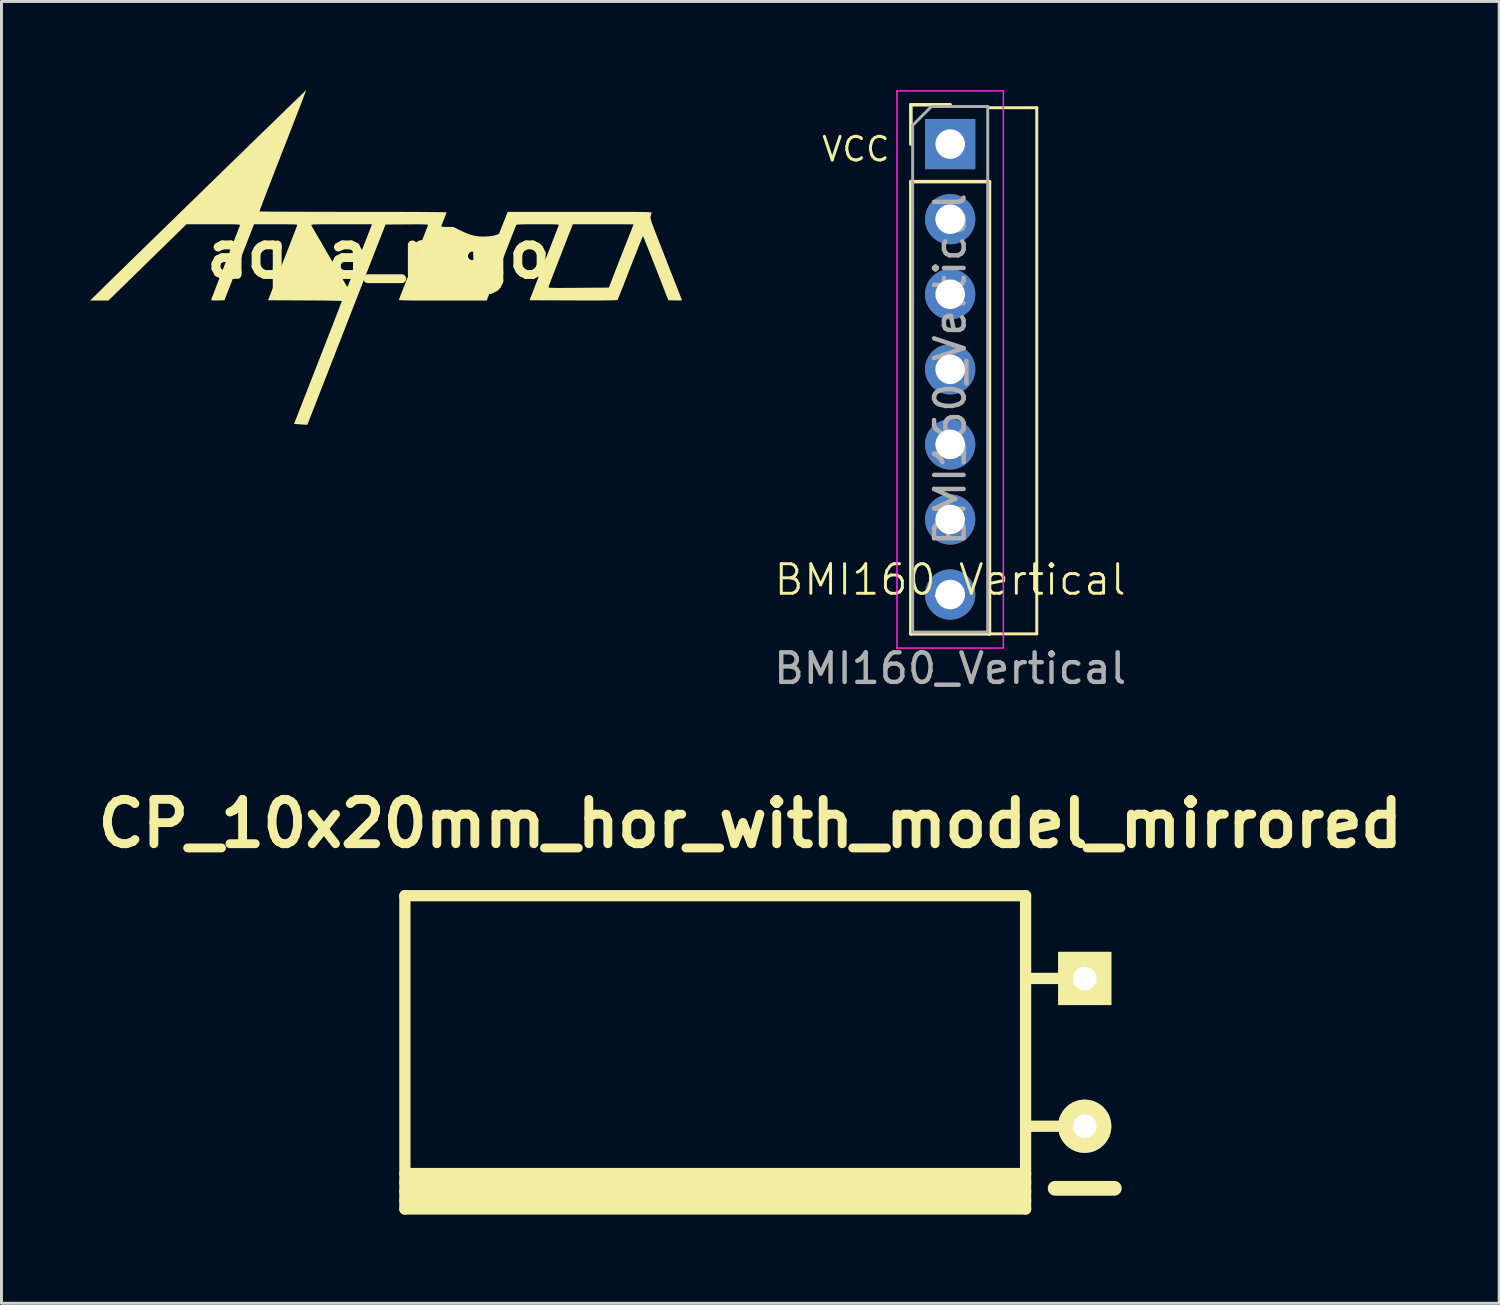
<source format=kicad_pcb>
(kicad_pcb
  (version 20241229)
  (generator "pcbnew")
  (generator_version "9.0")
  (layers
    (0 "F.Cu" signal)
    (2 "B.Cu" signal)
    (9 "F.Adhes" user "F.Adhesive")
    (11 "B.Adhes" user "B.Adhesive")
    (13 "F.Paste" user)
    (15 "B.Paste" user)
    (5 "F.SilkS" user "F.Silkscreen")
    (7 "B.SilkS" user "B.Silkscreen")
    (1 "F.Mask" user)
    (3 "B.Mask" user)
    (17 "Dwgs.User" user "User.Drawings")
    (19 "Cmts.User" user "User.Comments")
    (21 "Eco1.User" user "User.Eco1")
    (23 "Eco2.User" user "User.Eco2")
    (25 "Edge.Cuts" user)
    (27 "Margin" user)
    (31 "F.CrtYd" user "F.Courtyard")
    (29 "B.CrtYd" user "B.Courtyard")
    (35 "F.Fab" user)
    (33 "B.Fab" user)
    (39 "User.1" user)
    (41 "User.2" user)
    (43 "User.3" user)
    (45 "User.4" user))
  (footprint "BMI160_Vertical"
    (layer "F.Cu")
    (at 29.097 17.065)
    (property "Reference" "BMI160_Vertical" (at 0 -0.5 0) (unlocked yes) (layer "F.SilkS") (effects (font (size 1 1) (thickness 0.1))))
    (attr through_hole)
    (fp_line (start -1.33 -16.57) (end 0 -16.57) (stroke (width 0.12) (type solid)) (layer "F.SilkS"))
    (fp_line (start -1.33 -15.24) (end -1.33 -16.57) (stroke (width 0.12) (type solid)) (layer "F.SilkS"))
    (fp_line (start -1.33 -13.97) (end -1.33 1.33) (stroke (width 0.12) (type solid)) (layer "F.SilkS"))
    (fp_line (start -1.33 -13.97) (end 1.33 -13.97) (stroke (width 0.12) (type solid)) (layer "F.SilkS"))
    (fp_line (start -1.33 1.33) (end 1.33 1.33) (stroke (width 0.12) (type solid)) (layer "F.SilkS"))
    (fp_line (start 1.33 -16.47) (end 2.93 -16.47) (stroke (width 0.1) (type default)) (layer "F.SilkS"))
    (fp_line (start 1.33 -13.97) (end 1.33 1.33) (stroke (width 0.12) (type solid)) (layer "F.SilkS"))
    (fp_line (start 1.33 1.33) (end 2.93 1.33) (stroke (width 0.1) (type default)) (layer "F.SilkS"))
    (fp_line (start 2.93 -16.47) (end 2.93 1.33) (stroke (width 0.1) (type default)) (layer "F.SilkS"))
    (fp_line (start -1.8 -17.04) (end -1.8 1.81) (stroke (width 0.05) (type solid)) (layer "F.CrtYd"))
    (fp_line (start -1.8 1.81) (end 1.8 1.81) (stroke (width 0.05) (type solid)) (layer "F.CrtYd"))
    (fp_line (start 1.8 -17.04) (end -1.8 -17.04) (stroke (width 0.05) (type solid)) (layer "F.CrtYd"))
    (fp_line (start 1.8 1.81) (end 1.8 -17.04) (stroke (width 0.05) (type solid)) (layer "F.CrtYd"))
    (fp_line (start -1.27 -15.875) (end -0.635 -16.51) (stroke (width 0.1) (type solid)) (layer "F.Fab"))
    (fp_line (start -1.27 1.27) (end -1.27 -15.875) (stroke (width 0.1) (type solid)) (layer "F.Fab"))
    (fp_line (start -0.635 -16.51) (end 1.27 -16.51) (stroke (width 0.1) (type solid)) (layer "F.Fab"))
    (fp_line (start 1.27 -16.51) (end 1.27 1.27) (stroke (width 0.1) (type solid)) (layer "F.Fab"))
    (fp_line (start 1.27 1.27) (end -1.27 1.27) (stroke (width 0.1) (type solid)) (layer "F.Fab"))
    (fp_text user "VCC" (at -4.4 -14.6 0) (unlocked yes) (layer "F.SilkS") (effects (font (size 0.8 0.8) (thickness 0.1)) (justify left bottom)))
    (fp_text user "${REFERENCE}" (at 0 -7.62 90) (layer "F.Fab") (effects (font (size 1 1) (thickness 0.15))))
    (fp_text user "${REFERENCE}" (at 0 2.5 0) (unlocked yes) (layer "F.Fab") (effects (font (size 1 1) (thickness 0.15))))
    (pad "1" thru_hole rect (at 0 -15.24) (size 1.7 1.7) (drill 1) (layers "*.Cu" "*.Mask"))
    (pad "2" thru_hole oval (at 0 -12.7) (size 1.7 1.7) (drill 1) (layers "*.Cu" "*.Mask"))
    (pad "3" thru_hole oval (at 0 -10.16) (size 1.7 1.7) (drill 1) (layers "*.Cu" "*.Mask"))
    (pad "4" thru_hole oval (at 0 -7.62) (size 1.7 1.7) (drill 1) (layers "*.Cu" "*.Mask"))
    (pad "5" thru_hole oval (at 0 -5.08) (size 1.7 1.7) (drill 1) (layers "*.Cu" "*.Mask"))
    (pad "6" thru_hole oval (at 0 -2.54) (size 1.7 1.7) (drill 1) (layers "*.Cu" "*.Mask"))
    (pad "7" thru_hole oval (at 0 0) (size 1.7 1.7) (drill 1) (layers "*.Cu" "*.Mask")))
  (footprint "CP_10x20mm_hor_with_model_mirrored"
    (layer "F.Cu")
    (at 32.336 31.817)
    (property "Reference" "CP_10x20mm_hor_with_model_mirrored" (at -10 -7 180) (layer "F.SilkS") (effects (font (size 1.5 1.5) (thickness 0.3))))
    (attr through_hole)
    (fp_line (start -21.687 -4.563) (end -0.687 -4.563) (stroke (width 0.381) (type solid)) (layer "F.SilkS"))
    (fp_line (start -21.687 6.037) (end -21.687 -4.563) (stroke (width 0.381) (type solid)) (layer "F.SilkS"))
    (fp_line (start -21.687 6.037) (end -0.687 6.037) (stroke (width 0.381) (type solid)) (layer "F.SilkS"))
    (fp_line (start -0.687 -4.563) (end -0.687 6.037) (stroke (width 0.381) (type solid)) (layer "F.SilkS"))
    (fp_line (start -0.687 4.837) (end -21.687 4.837) (stroke (width 0.381) (type solid)) (layer "F.SilkS"))
    (fp_line (start -0.687 5.137) (end -21.687 5.137) (stroke (width 0.381) (type solid)) (layer "F.SilkS"))
    (fp_line (start -0.687 5.437) (end -21.687 5.437) (stroke (width 0.381) (type solid)) (layer "F.SilkS"))
    (fp_line (start -0.687 5.737) (end -21.687 5.737) (stroke (width 0.381) (type solid)) (layer "F.SilkS"))
    (fp_line (start 1.313 -1.763) (end -0.687 -1.763) (stroke (width 0.381) (type solid)) (layer "F.SilkS"))
    (fp_line (start 1.313 3.237) (end -0.687 3.237) (stroke (width 0.381) (type solid)) (layer "F.SilkS"))
    (fp_line (start 2.313 5.337) (end 0.313 5.337) (stroke (width 0.5) (type solid)) (layer "F.SilkS"))
    (pad "1" thru_hole rect (at 1.313 -1.763 180) (size 1.8 1.8) (drill 0.8) (layers "*.Cu" "*.Mask" "F.SilkS"))
    (pad "2" thru_hole circle (at 1.313 3.237 180) (size 1.8 1.8) (drill 0.8) (layers "*.Cu" "*.Mask" "F.SilkS")))
  (footprint "aqua_rogo"
    (layer "F.Cu")
    (at 9.757 5.558)
    (property "Reference" "aqua_rogo" (at 0 0 0) (layer "F.SilkS") (effects (font (size 1.5 1.5) (thickness 0.3))))
    (attr board_only exclude_from_pos_files exclude_from_bom)
    (fp_poly (pts (xy -2.455 -5.539) (xy -2.475 -5.485) (xy -2.508 -5.398) (xy -2.552 -5.281) (xy -2.607 -5.137) (xy -2.673 -4.967) (xy -2.747 -4.775) (xy -2.829 -4.562) (xy -2.919 -4.33) (xy -3.015 -4.084) (xy -3.117 -3.823) (xy -3.223 -3.552) (xy -3.239 -3.511) (xy -3.345 -3.238) (xy -3.448 -2.976) (xy -3.545 -2.726) (xy -3.635 -2.492) (xy -3.719 -2.276) (xy -3.795 -2.079) (xy -3.861 -1.905) (xy -3.918 -1.756) (xy -3.964 -1.635) (xy -3.999 -1.542) (xy -4.02 -1.482) (xy -4.029 -1.457) (xy -4.029 -1.456) (xy -4.008 -1.454) (xy -3.95 -1.453) (xy -3.855 -1.451) (xy -3.728 -1.45) (xy -3.568 -1.448) (xy -3.38 -1.447) (xy -3.164 -1.446) (xy -2.923 -1.445) (xy -2.659 -1.444) (xy -2.375 -1.443) (xy -2.072 -1.442) (xy -1.752 -1.442) (xy -1.418 -1.441) (xy -1.072 -1.441) (xy -0.859 -1.441) (xy -0.507 -1.441) (xy -0.166 -1.441) (xy 0.163 -1.44) (xy 0.475 -1.44) (xy 0.771 -1.439) (xy 1.047 -1.438) (xy 1.301 -1.437) (xy 1.532 -1.436) (xy 1.736 -1.434) (xy 1.913 -1.433) (xy 2.059 -1.431) (xy 2.173 -1.43) (xy 2.252 -1.428) (xy 2.295 -1.426) (xy 2.302 -1.425) (xy 2.295 -1.401) (xy 2.275 -1.348) (xy 2.247 -1.274) (xy 2.212 -1.186) (xy 2.212 -1.185) (xy 2.177 -1.097) (xy 2.148 -1.023) (xy 2.129 -0.97) (xy 2.122 -0.946) (xy 2.122 -0.946) (xy 2.14 -0.94) (xy 2.191 -0.934) (xy 2.264 -0.931) (xy 2.327 -0.93) (xy 2.532 -0.929) (xy 2.782 -0.805) (xy 2.959 -0.724) (xy 3.115 -0.665) (xy 3.261 -0.628) (xy 3.408 -0.608) (xy 3.567 -0.604) (xy 3.623 -0.606) (xy 3.782 -0.618) (xy 3.904 -0.638) (xy 3.963 -0.655) (xy 4.073 -0.694) (xy 4.222 -1.067) (xy 4.37 -1.441) (xy 6.811 -1.441) (xy 7.174 -1.441) (xy 7.5 -1.441) (xy 7.79 -1.441) (xy 8.046 -1.441) (xy 8.27 -1.44) (xy 8.465 -1.439) (xy 8.632 -1.439) (xy 8.773 -1.438) (xy 8.891 -1.436) (xy 8.988 -1.435) (xy 9.065 -1.433) (xy 9.125 -1.43) (xy 9.17 -1.427) (xy 9.201 -1.424) (xy 9.222 -1.421) (xy 9.234 -1.417) (xy 9.238 -1.412) (xy 9.238 -1.407) (xy 9.238 -1.406) (xy 9.225 -1.364) (xy 9.208 -1.305) (xy 9.204 -1.291) (xy 9.201 -1.275) (xy 9.2 -1.256) (xy 9.202 -1.233) (xy 9.208 -1.202) (xy 9.219 -1.162) (xy 9.235 -1.108) (xy 9.259 -1.04) (xy 9.291 -0.953) (xy 9.331 -0.845) (xy 9.381 -0.715) (xy 9.441 -0.558) (xy 9.514 -0.372) (xy 9.599 -0.155) (xy 9.697 0.096) (xy 9.718 0.15) (xy 9.805 0.372) (xy 9.888 0.584) (xy 9.966 0.782) (xy 10.037 0.964) (xy 10.101 1.126) (xy 10.156 1.265) (xy 10.2 1.379) (xy 10.234 1.464) (xy 10.255 1.518) (xy 10.262 1.537) (xy 10.259 1.548) (xy 10.234 1.555) (xy 10.182 1.558) (xy 10.098 1.558) (xy 10.038 1.557) (xy 9.804 1.551) (xy 9.381 0.465) (xy 9.303 0.268) (xy 9.23 0.082) (xy 9.163 -0.089) (xy 9.102 -0.242) (xy 9.049 -0.373) (xy 9.006 -0.48) (xy 8.974 -0.559) (xy 8.953 -0.607) (xy 8.946 -0.62) (xy 8.937 -0.602) (xy 8.915 -0.55) (xy 8.881 -0.467) (xy 8.836 -0.357) (xy 8.783 -0.223) (xy 8.721 -0.068) (xy 8.653 0.105) (xy 8.579 0.292) (xy 8.518 0.448) (xy 8.442 0.645) (xy 8.369 0.831) (xy 8.302 1.002) (xy 8.241 1.156) (xy 8.189 1.288) (xy 8.146 1.396) (xy 8.114 1.476) (xy 8.094 1.525) (xy 8.088 1.539) (xy 8.072 1.544) (xy 8.029 1.548) (xy 7.958 1.551) (xy 7.857 1.553) (xy 7.725 1.555) (xy 7.561 1.557) (xy 7.362 1.557) (xy 7.127 1.558) (xy 6.855 1.557) (xy 6.591 1.556) (xy 5.108 1.551) (xy 5.281 1.107) (xy 5.75 1.107) (xy 5.754 1.114) (xy 5.766 1.12) (xy 5.789 1.125) (xy 5.826 1.128) (xy 5.882 1.13) (xy 5.958 1.132) (xy 6.058 1.133) (xy 6.185 1.133) (xy 6.343 1.132) (xy 6.534 1.131) (xy 6.762 1.129) (xy 6.768 1.129) (xy 7.795 1.122) (xy 7.834 1.016) (xy 7.855 0.959) (xy 7.89 0.868) (xy 7.937 0.746) (xy 7.994 0.598) (xy 8.061 0.427) (xy 8.136 0.236) (xy 8.217 0.029) (xy 8.303 -0.19) (xy 8.394 -0.419) (xy 8.425 -0.5) (xy 8.478 -0.634) (xy 8.526 -0.755) (xy 8.566 -0.858) (xy 8.598 -0.94) (xy 8.619 -0.993) (xy 8.627 -1.015) (xy 8.627 -1.016) (xy 8.607 -1.017) (xy 8.552 -1.018) (xy 8.463 -1.018) (xy 8.346 -1.019) (xy 8.204 -1.02) (xy 8.041 -1.02) (xy 7.86 -1.021) (xy 7.665 -1.021) (xy 7.6 -1.021) (xy 6.573 -1.021) (xy 6.167 0.02) (xy 6.091 0.215) (xy 6.019 0.399) (xy 5.953 0.569) (xy 5.894 0.722) (xy 5.844 0.853) (xy 5.803 0.96) (xy 5.773 1.039) (xy 5.755 1.087) (xy 5.751 1.099) (xy 5.75 1.107) (xy 5.281 1.107) (xy 5.596 0.3) (xy 5.68 0.087) (xy 5.759 -0.116) (xy 5.833 -0.305) (xy 5.9 -0.478) (xy 5.959 -0.631) (xy 6.009 -0.76) (xy 6.049 -0.863) (xy 6.078 -0.937) (xy 6.093 -0.978) (xy 6.096 -0.986) (xy 6.097 -0.995) (xy 6.091 -1.002) (xy 6.074 -1.008) (xy 6.042 -1.013) (xy 5.992 -1.016) (xy 5.92 -1.018) (xy 5.822 -1.02) (xy 5.694 -1.02) (xy 5.532 -1.021) (xy 5.388 -1.021) (xy 5.189 -1.02) (xy 5.028 -1.02) (xy 4.9 -1.018) (xy 4.803 -1.015) (xy 4.733 -1.011) (xy 4.688 -1.007) (xy 4.664 -1.001) (xy 4.658 -0.996) (xy 4.645 -0.963) (xy 4.619 -0.898) (xy 4.582 -0.803) (xy 4.535 -0.682) (xy 4.479 -0.541) (xy 4.417 -0.382) (xy 4.35 -0.21) (xy 4.279 -0.028) (xy 4.206 0.159) (xy 4.132 0.348) (xy 4.059 0.534) (xy 3.989 0.713) (xy 3.923 0.883) (xy 3.863 1.038) (xy 3.809 1.174) (xy 3.765 1.289) (xy 3.73 1.377) (xy 3.708 1.435) (xy 3.7 1.456) (xy 3.66 1.561) (xy 2.168 1.561) (xy 1.878 1.561) (xy 1.626 1.561) (xy 1.41 1.56) (xy 1.227 1.559) (xy 1.074 1.558) (xy 0.951 1.556) (xy 0.854 1.553) (xy 0.782 1.551) (xy 0.731 1.547) (xy 0.7 1.543) (xy 0.687 1.539) (xy 0.686 1.536) (xy 0.695 1.515) (xy 0.716 1.46) (xy 0.749 1.375) (xy 0.793 1.264) (xy 0.845 1.131) (xy 0.904 0.98) (xy 0.969 0.813) (xy 1.026 0.668) (xy 2.442 0.668) (xy 2.45 0.718) (xy 2.481 0.737) (xy 2.521 0.736) (xy 2.559 0.724) (xy 2.575 0.688) (xy 2.578 0.668) (xy 2.576 0.62) (xy 2.554 0.598) (xy 2.546 0.596) (xy 2.491 0.597) (xy 2.453 0.628) (xy 2.442 0.668) (xy 1.026 0.668) (xy 1.039 0.635) (xy 1.111 0.451) (xy 1.185 0.262) (xy 1.257 0.078) (xy 3.024 0.078) (xy 3.054 0.138) (xy 3.075 0.159) (xy 3.146 0.195) (xy 3.215 0.191) (xy 3.264 0.163) (xy 3.301 0.114) (xy 3.311 0.052) (xy 3.298 -0.02) (xy 3.257 -0.067) (xy 3.189 -0.092) (xy 3.137 -0.094) (xy 3.094 -0.072) (xy 3.074 -0.053) (xy 3.031 0.012) (xy 3.024 0.078) (xy 1.257 0.078) (xy 1.258 0.074) (xy 1.33 -0.111) (xy 1.393 -0.272) (xy 2.222 -0.272) (xy 2.237 -0.216) (xy 2.282 -0.187) (xy 2.332 -0.184) (xy 2.37 -0.192) (xy 2.388 -0.212) (xy 2.392 -0.257) (xy 2.392 -0.27) (xy 2.389 -0.322) (xy 2.375 -0.347) (xy 2.342 -0.356) (xy 2.336 -0.357) (xy 2.272 -0.35) (xy 2.232 -0.315) (xy 2.222 -0.272) (xy 1.393 -0.272) (xy 1.399 -0.288) (xy 1.464 -0.453) (xy 1.523 -0.603) (xy 1.574 -0.735) (xy 1.617 -0.844) (xy 1.649 -0.926) (xy 1.669 -0.979) (xy 1.676 -0.996) (xy 1.671 -1.003) (xy 1.649 -1.008) (xy 1.606 -1.012) (xy 1.54 -1.015) (xy 1.446 -1.017) (xy 1.322 -1.018) (xy 1.164 -1.017) (xy 0.97 -1.016) (xy 0.961 -1.016) (xy 0.236 -1.011) (xy -1.086 2.377) (xy -2.409 5.765) (xy -2.48 5.761) (xy -2.536 5.758) (xy -2.616 5.752) (xy -2.701 5.746) (xy -2.705 5.746) (xy -2.859 5.735) (xy -2.05 3.663) (xy -1.943 3.388) (xy -1.839 3.124) (xy -1.741 2.872) (xy -1.649 2.635) (xy -1.564 2.417) (xy -1.487 2.218) (xy -1.419 2.041) (xy -1.36 1.889) (xy -1.312 1.765) (xy -1.276 1.67) (xy -1.252 1.607) (xy -1.241 1.578) (xy -1.241 1.576) (xy -1.26 1.574) (xy -1.317 1.571) (xy -1.406 1.568) (xy -1.525 1.566) (xy -1.671 1.563) (xy -1.839 1.561) (xy -2.028 1.559) (xy -2.233 1.558) (xy -2.45 1.557) (xy -2.49 1.556) (xy -3.739 1.551) (xy -3.251 0.3) (xy -3.167 0.087) (xy -3.088 -0.116) (xy -3.014 -0.305) (xy -2.947 -0.478) (xy -2.888 -0.631) (xy -2.838 -0.76) (xy -2.798 -0.863) (xy -2.769 -0.937) (xy -2.753 -0.978) (xy -2.751 -0.986) (xy -2.75 -0.991) (xy -2.274 -0.991) (xy -2.273 -0.986) (xy -2.261 -0.963) (xy -2.23 -0.908) (xy -2.183 -0.826) (xy -2.121 -0.718) (xy -2.046 -0.589) (xy -1.961 -0.442) (xy -1.867 -0.28) (xy -1.765 -0.106) (xy -1.698 0.009) (xy -1.568 0.231) (xy -1.458 0.42) (xy -1.364 0.58) (xy -1.286 0.713) (xy -1.223 0.821) (xy -1.172 0.907) (xy -1.133 0.973) (xy -1.104 1.023) (xy -1.083 1.057) (xy -1.068 1.079) (xy -1.06 1.092) (xy -1.055 1.098) (xy -1.052 1.098) (xy -1.051 1.097) (xy -1.051 1.097) (xy -1.043 1.078) (xy -1.021 1.025) (xy -0.988 0.941) (xy -0.945 0.831) (xy -0.892 0.698) (xy -0.832 0.545) (xy -0.766 0.375) (xy -0.695 0.193) (xy -0.67 0.13) (xy -0.597 -0.059) (xy -0.526 -0.24) (xy -0.461 -0.408) (xy -0.401 -0.559) (xy -0.35 -0.69) (xy -0.309 -0.796) (xy -0.278 -0.874) (xy -0.26 -0.92) (xy -0.258 -0.926) (xy -0.221 -1.021) (xy -1.253 -1.021) (xy -1.483 -1.021) (xy -1.676 -1.02) (xy -1.836 -1.02) (xy -1.965 -1.019) (xy -2.066 -1.017) (xy -2.143 -1.015) (xy -2.199 -1.012) (xy -2.237 -1.009) (xy -2.26 -1.004) (xy -2.271 -0.998) (xy -2.274 -0.991) (xy -2.75 -0.991) (xy -2.75 -0.995) (xy -2.756 -1.002) (xy -2.773 -1.008) (xy -2.804 -1.012) (xy -2.854 -1.016) (xy -2.925 -1.018) (xy -3.022 -1.019) (xy -3.149 -1.02) (xy -3.308 -1.02) (xy -3.476 -1.02) (xy -4.213 -1.02) (xy -4.714 0.266) (xy -5.214 1.551) (xy -5.439 1.557) (xy -5.543 1.558) (xy -5.617 1.555) (xy -5.658 1.548) (xy -5.664 1.543) (xy -5.657 1.521) (xy -5.637 1.465) (xy -5.604 1.379) (xy -5.56 1.264) (xy -5.507 1.125) (xy -5.445 0.964) (xy -5.375 0.784) (xy -5.299 0.589) (xy -5.219 0.382) (xy -5.181 0.286) (xy -5.098 0.074) (xy -5.02 -0.128) (xy -4.947 -0.316) (xy -4.88 -0.487) (xy -4.821 -0.638) (xy -4.772 -0.766) (xy -4.733 -0.868) (xy -4.705 -0.94) (xy -4.691 -0.98) (xy -4.689 -0.986) (xy -4.688 -0.994) (xy -4.694 -1.001) (xy -4.71 -1.006) (xy -4.739 -1.011) (xy -4.785 -1.014) (xy -4.85 -1.017) (xy -4.939 -1.019) (xy -5.054 -1.02) (xy -5.2 -1.02) (xy -5.379 -1.021) (xy -5.588 -1.021) (xy -6.496 -1.021) (xy -7.817 0.269) (xy -9.137 1.559) (xy -9.447 1.56) (xy -9.757 1.561) (xy -9.537 1.343) (xy -9.463 1.27) (xy -9.365 1.174) (xy -9.245 1.056) (xy -9.104 0.917) (xy -8.944 0.76) (xy -8.765 0.586) (xy -8.57 0.396) (xy -8.361 0.191) (xy -8.138 -0.027) (xy -7.903 -0.256) (xy -7.657 -0.496) (xy -7.403 -0.744) (xy -7.141 -0.999) (xy -6.873 -1.26) (xy -6.6 -1.526) (xy -6.324 -1.795) (xy -6.047 -2.065) (xy -5.77 -2.335) (xy -5.494 -2.603) (xy -5.221 -2.869) (xy -4.952 -3.131) (xy -4.689 -3.386) (xy -4.434 -3.635) (xy -4.187 -3.875) (xy -3.951 -4.105) (xy -3.726 -4.323) (xy -3.514 -4.528) (xy -3.318 -4.719) (xy -3.137 -4.895) (xy -2.974 -5.053) (xy -2.831 -5.192) (xy -2.707 -5.311) (xy -2.607 -5.408) (xy -2.529 -5.482) (xy -2.477 -5.532) (xy -2.452 -5.556) (xy -2.449 -5.558)) (stroke (width 0) (type solid)) (fill yes) (layer "F.SilkS")))
  (gr_rect
    (start -3 -3)
    (end 47.671 41.044)
    (stroke (width 0.1) (type default))
    (fill no)
    (layer "Edge.Cuts")))
</source>
